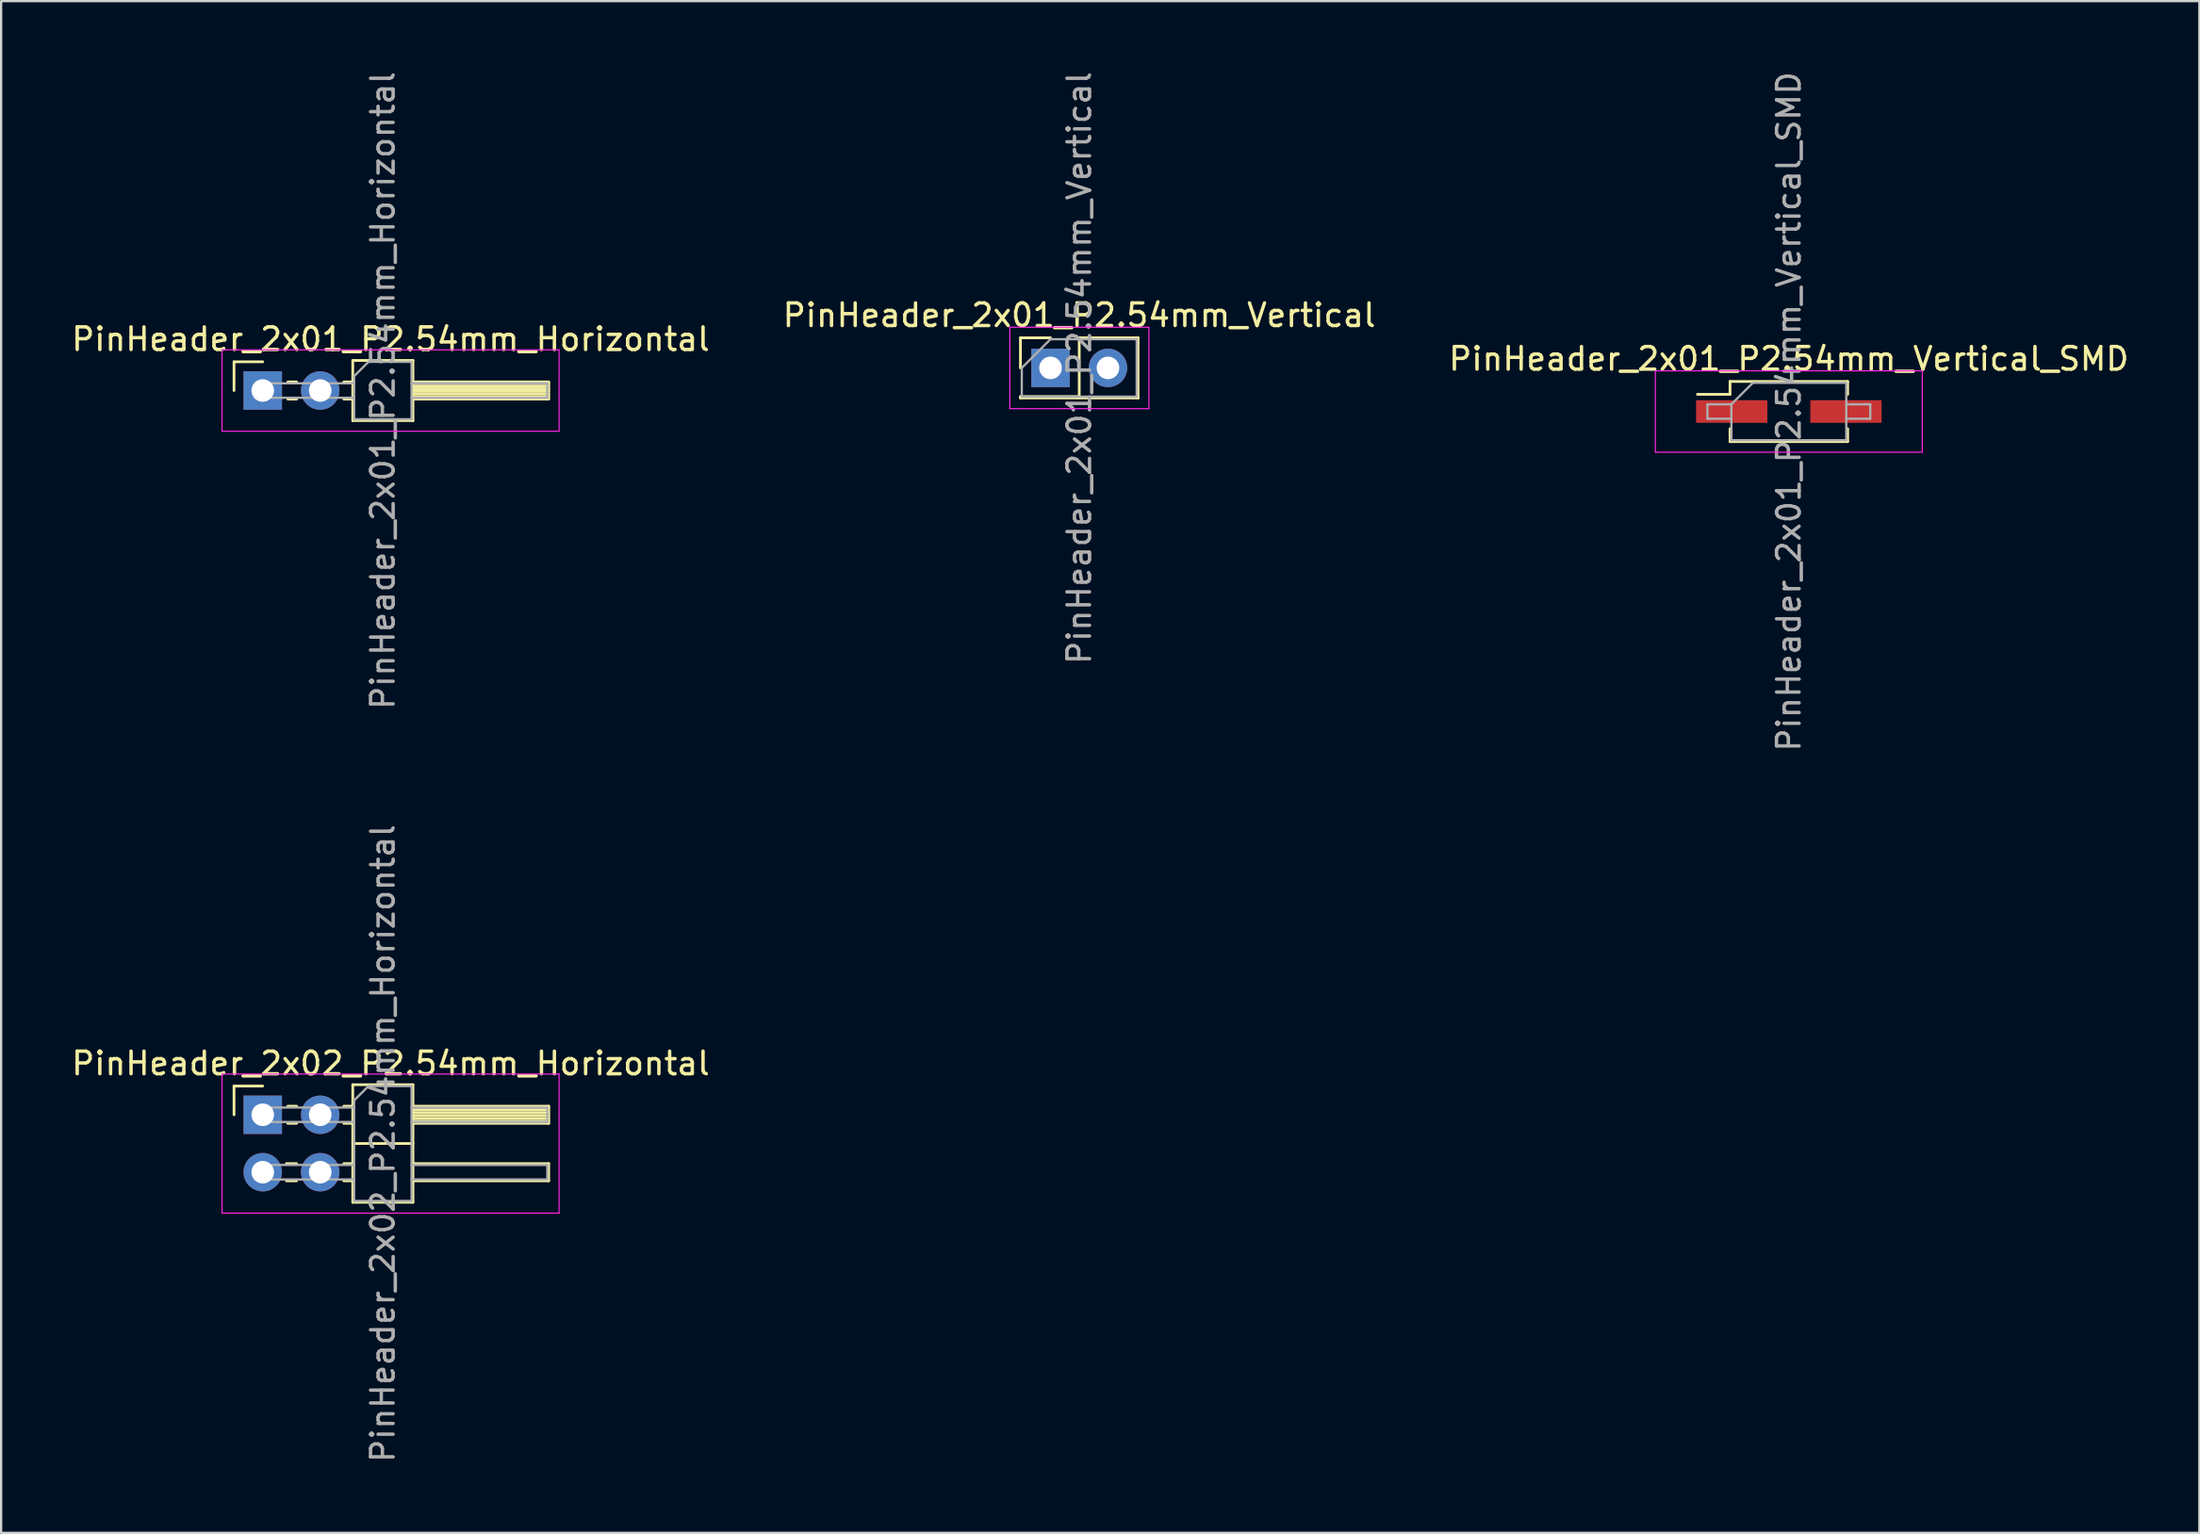
<source format=kicad_pcb>
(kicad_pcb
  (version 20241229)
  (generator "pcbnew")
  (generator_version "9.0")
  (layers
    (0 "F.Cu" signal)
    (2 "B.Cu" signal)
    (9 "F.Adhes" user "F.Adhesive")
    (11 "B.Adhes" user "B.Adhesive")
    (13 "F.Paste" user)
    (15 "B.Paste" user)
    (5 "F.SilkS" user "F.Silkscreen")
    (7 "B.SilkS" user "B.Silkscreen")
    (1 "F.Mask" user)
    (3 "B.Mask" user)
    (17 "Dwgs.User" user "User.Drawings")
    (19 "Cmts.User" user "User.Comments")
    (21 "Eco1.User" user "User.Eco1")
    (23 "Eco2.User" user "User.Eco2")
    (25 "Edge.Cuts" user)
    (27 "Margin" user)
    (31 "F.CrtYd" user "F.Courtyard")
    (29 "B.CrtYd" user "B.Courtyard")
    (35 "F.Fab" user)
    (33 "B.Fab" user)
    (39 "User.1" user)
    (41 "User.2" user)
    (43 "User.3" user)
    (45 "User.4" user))
  (footprint "PinHeader_2x01_P2.54mm_Vertical_SMD"
    (layer "F.Cu")
    (at 76.03 15.149)
    (property "Reference" "PinHeader_2x01_P2.54mm_Vertical_SMD" (at 0 -2.33 0) (layer "F.SilkS") (effects (font (size 1 1) (thickness 0.15))))
    (attr smd)
    (fp_line (start -4.04 -0.76) (end -2.6 -0.76) (stroke (width 0.12) (type solid)) (layer "F.SilkS"))
    (fp_line (start -2.6 -1.33) (end -2.6 -0.76) (stroke (width 0.12) (type solid)) (layer "F.SilkS"))
    (fp_line (start -2.6 -1.33) (end 2.6 -1.33) (stroke (width 0.12) (type solid)) (layer "F.SilkS"))
    (fp_line (start -2.6 0.76) (end -2.6 1.33) (stroke (width 0.12) (type solid)) (layer "F.SilkS"))
    (fp_line (start -2.6 1.33) (end 2.6 1.33) (stroke (width 0.12) (type solid)) (layer "F.SilkS"))
    (fp_line (start 2.6 -1.33) (end 2.6 -0.76) (stroke (width 0.12) (type solid)) (layer "F.SilkS"))
    (fp_line (start 2.6 0.76) (end 2.6 1.33) (stroke (width 0.12) (type solid)) (layer "F.SilkS"))
    (fp_line (start -5.9 -1.8) (end -5.9 1.8) (stroke (width 0.05) (type solid)) (layer "F.CrtYd"))
    (fp_line (start -5.9 1.8) (end 5.9 1.8) (stroke (width 0.05) (type solid)) (layer "F.CrtYd"))
    (fp_line (start 5.9 -1.8) (end -5.9 -1.8) (stroke (width 0.05) (type solid)) (layer "F.CrtYd"))
    (fp_line (start 5.9 1.8) (end 5.9 -1.8) (stroke (width 0.05) (type solid)) (layer "F.CrtYd"))
    (fp_line (start -3.6 -0.32) (end -3.6 0.32) (stroke (width 0.1) (type solid)) (layer "F.Fab"))
    (fp_line (start -3.6 0.32) (end -2.54 0.32) (stroke (width 0.1) (type solid)) (layer "F.Fab"))
    (fp_line (start -2.54 -0.32) (end -3.6 -0.32) (stroke (width 0.1) (type solid)) (layer "F.Fab"))
    (fp_line (start -2.54 -0.32) (end -1.59 -1.27) (stroke (width 0.1) (type solid)) (layer "F.Fab"))
    (fp_line (start -2.54 1.27) (end -2.54 -0.32) (stroke (width 0.1) (type solid)) (layer "F.Fab"))
    (fp_line (start -1.59 -1.27) (end 2.54 -1.27) (stroke (width 0.1) (type solid)) (layer "F.Fab"))
    (fp_line (start 2.54 -1.27) (end 2.54 1.27) (stroke (width 0.1) (type solid)) (layer "F.Fab"))
    (fp_line (start 2.54 -0.32) (end 3.6 -0.32) (stroke (width 0.1) (type solid)) (layer "F.Fab"))
    (fp_line (start 2.54 1.27) (end -2.54 1.27) (stroke (width 0.1) (type solid)) (layer "F.Fab"))
    (fp_line (start 3.6 -0.32) (end 3.6 0.32) (stroke (width 0.1) (type solid)) (layer "F.Fab"))
    (fp_line (start 3.6 0.32) (end 2.54 0.32) (stroke (width 0.1) (type solid)) (layer "F.Fab"))
    (fp_text user "${REFERENCE}" (at 0 0 90) (layer "F.Fab") (effects (font (size 1 1) (thickness 0.15))))
    (pad "1" smd rect (at -2.525 0) (size 3.15 1) (layers "F.Cu" "F.Mask" "F.Paste"))
    (pad "2" smd rect (at 2.525 0) (size 3.15 1) (layers "F.Cu" "F.Mask" "F.Paste")))
  (footprint "PinHeader_2x01_P2.54mm_Horizontal"
    (layer "F.Cu")
    (at 8.565 14.22)
    (property "Reference" "PinHeader_2x01_P2.54mm_Horizontal" (at 5.655 -2.27 0) (layer "F.SilkS") (effects (font (size 1 1) (thickness 0.15))))
    (attr through_hole)
    (fp_line (start -1.27 -1.27) (end 0 -1.27) (stroke (width 0.12) (type solid)) (layer "F.SilkS"))
    (fp_line (start -1.27 0) (end -1.27 -1.27) (stroke (width 0.12) (type solid)) (layer "F.SilkS"))
    (fp_line (start 1.11 -0.38) (end 1.497 -0.38) (stroke (width 0.12) (type solid)) (layer "F.SilkS"))
    (fp_line (start 1.11 0.38) (end 1.497 0.38) (stroke (width 0.12) (type solid)) (layer "F.SilkS"))
    (fp_line (start 3.583 -0.38) (end 3.98 -0.38) (stroke (width 0.12) (type solid)) (layer "F.SilkS"))
    (fp_line (start 3.583 0.38) (end 3.98 0.38) (stroke (width 0.12) (type solid)) (layer "F.SilkS"))
    (fp_line (start 3.98 -1.33) (end 3.98 1.33) (stroke (width 0.12) (type solid)) (layer "F.SilkS"))
    (fp_line (start 3.98 1.33) (end 6.64 1.33) (stroke (width 0.12) (type solid)) (layer "F.SilkS"))
    (fp_line (start 6.64 -1.33) (end 3.98 -1.33) (stroke (width 0.12) (type solid)) (layer "F.SilkS"))
    (fp_line (start 6.64 -0.38) (end 12.64 -0.38) (stroke (width 0.12) (type solid)) (layer "F.SilkS"))
    (fp_line (start 6.64 -0.32) (end 12.64 -0.32) (stroke (width 0.12) (type solid)) (layer "F.SilkS"))
    (fp_line (start 6.64 -0.2) (end 12.64 -0.2) (stroke (width 0.12) (type solid)) (layer "F.SilkS"))
    (fp_line (start 6.64 -0.08) (end 12.64 -0.08) (stroke (width 0.12) (type solid)) (layer "F.SilkS"))
    (fp_line (start 6.64 0.04) (end 12.64 0.04) (stroke (width 0.12) (type solid)) (layer "F.SilkS"))
    (fp_line (start 6.64 0.16) (end 12.64 0.16) (stroke (width 0.12) (type solid)) (layer "F.SilkS"))
    (fp_line (start 6.64 0.28) (end 12.64 0.28) (stroke (width 0.12) (type solid)) (layer "F.SilkS"))
    (fp_line (start 6.64 1.33) (end 6.64 -1.33) (stroke (width 0.12) (type solid)) (layer "F.SilkS"))
    (fp_line (start 12.64 -0.38) (end 12.64 0.38) (stroke (width 0.12) (type solid)) (layer "F.SilkS"))
    (fp_line (start 12.64 0.38) (end 6.64 0.38) (stroke (width 0.12) (type solid)) (layer "F.SilkS"))
    (fp_line (start -1.8 -1.8) (end -1.8 1.8) (stroke (width 0.05) (type solid)) (layer "F.CrtYd"))
    (fp_line (start -1.8 1.8) (end 13.1 1.8) (stroke (width 0.05) (type solid)) (layer "F.CrtYd"))
    (fp_line (start 13.1 -1.8) (end -1.8 -1.8) (stroke (width 0.05) (type solid)) (layer "F.CrtYd"))
    (fp_line (start 13.1 1.8) (end 13.1 -1.8) (stroke (width 0.05) (type solid)) (layer "F.CrtYd"))
    (fp_line (start -0.32 -0.32) (end -0.32 0.32) (stroke (width 0.1) (type solid)) (layer "F.Fab"))
    (fp_line (start -0.32 -0.32) (end 4.04 -0.32) (stroke (width 0.1) (type solid)) (layer "F.Fab"))
    (fp_line (start -0.32 0.32) (end 4.04 0.32) (stroke (width 0.1) (type solid)) (layer "F.Fab"))
    (fp_line (start 4.04 -0.635) (end 4.675 -1.27) (stroke (width 0.1) (type solid)) (layer "F.Fab"))
    (fp_line (start 4.04 1.27) (end 4.04 -0.635) (stroke (width 0.1) (type solid)) (layer "F.Fab"))
    (fp_line (start 4.675 -1.27) (end 6.58 -1.27) (stroke (width 0.1) (type solid)) (layer "F.Fab"))
    (fp_line (start 6.58 -1.27) (end 6.58 1.27) (stroke (width 0.1) (type solid)) (layer "F.Fab"))
    (fp_line (start 6.58 -0.32) (end 12.58 -0.32) (stroke (width 0.1) (type solid)) (layer "F.Fab"))
    (fp_line (start 6.58 0.32) (end 12.58 0.32) (stroke (width 0.1) (type solid)) (layer "F.Fab"))
    (fp_line (start 6.58 1.27) (end 4.04 1.27) (stroke (width 0.1) (type solid)) (layer "F.Fab"))
    (fp_line (start 12.58 -0.32) (end 12.58 0.32) (stroke (width 0.1) (type solid)) (layer "F.Fab"))
    (fp_text user "${REFERENCE}" (at 5.31 0 90) (layer "F.Fab") (effects (font (size 1 1) (thickness 0.15))))
    (pad "1" thru_hole rect (at 0 0) (size 1.7 1.7) (drill 1) (layers "*.Cu" "*.Mask"))
    (pad "2" thru_hole oval (at 2.54 0) (size 1.7 1.7) (drill 1) (layers "*.Cu" "*.Mask")))
  (footprint "PinHeader_2x01_P2.54mm_Vertical"
    (layer "F.Cu")
    (at 43.391 13.22)
    (property "Reference" "PinHeader_2x01_P2.54mm_Vertical" (at 1.27 -2.33 0) (layer "F.SilkS") (effects (font (size 1 1) (thickness 0.15))))
    (attr through_hole)
    (fp_line (start -1.33 -1.33) (end 0 -1.33) (stroke (width 0.12) (type solid)) (layer "F.SilkS"))
    (fp_line (start -1.33 0) (end -1.33 -1.33) (stroke (width 0.12) (type solid)) (layer "F.SilkS"))
    (fp_line (start -1.33 1.27) (end -1.33 1.33) (stroke (width 0.12) (type solid)) (layer "F.SilkS"))
    (fp_line (start -1.33 1.27) (end 1.27 1.27) (stroke (width 0.12) (type solid)) (layer "F.SilkS"))
    (fp_line (start -1.33 1.33) (end 3.87 1.33) (stroke (width 0.12) (type solid)) (layer "F.SilkS"))
    (fp_line (start 1.27 -1.33) (end 3.87 -1.33) (stroke (width 0.12) (type solid)) (layer "F.SilkS"))
    (fp_line (start 1.27 1.27) (end 1.27 -1.33) (stroke (width 0.12) (type solid)) (layer "F.SilkS"))
    (fp_line (start 3.87 -1.33) (end 3.87 1.33) (stroke (width 0.12) (type solid)) (layer "F.SilkS"))
    (fp_line (start -1.8 -1.8) (end -1.8 1.8) (stroke (width 0.05) (type solid)) (layer "F.CrtYd"))
    (fp_line (start -1.8 1.8) (end 4.35 1.8) (stroke (width 0.05) (type solid)) (layer "F.CrtYd"))
    (fp_line (start 4.35 -1.8) (end -1.8 -1.8) (stroke (width 0.05) (type solid)) (layer "F.CrtYd"))
    (fp_line (start 4.35 1.8) (end 4.35 -1.8) (stroke (width 0.05) (type solid)) (layer "F.CrtYd"))
    (fp_line (start -1.27 0) (end 0 -1.27) (stroke (width 0.1) (type solid)) (layer "F.Fab"))
    (fp_line (start -1.27 1.27) (end -1.27 0) (stroke (width 0.1) (type solid)) (layer "F.Fab"))
    (fp_line (start 0 -1.27) (end 3.81 -1.27) (stroke (width 0.1) (type solid)) (layer "F.Fab"))
    (fp_line (start 3.81 -1.27) (end 3.81 1.27) (stroke (width 0.1) (type solid)) (layer "F.Fab"))
    (fp_line (start 3.81 1.27) (end -1.27 1.27) (stroke (width 0.1) (type solid)) (layer "F.Fab"))
    (fp_text user "${REFERENCE}" (at 1.27 0 90) (layer "F.Fab") (effects (font (size 1 1) (thickness 0.15))))
    (pad "1" thru_hole rect (at 0 0) (size 1.7 1.7) (drill 1) (layers "*.Cu" "*.Mask"))
    (pad "2" thru_hole oval (at 2.54 0) (size 1.7 1.7) (drill 1) (layers "*.Cu" "*.Mask")))
  (footprint "PinHeader_2x02_P2.54mm_Horizontal"
    (layer "F.Cu")
    (at 8.565 46.248)
    (property "Reference" "PinHeader_2x02_P2.54mm_Horizontal" (at 5.655 -2.27 0) (layer "F.SilkS") (effects (font (size 1 1) (thickness 0.15))))
    (attr through_hole)
    (fp_line (start -1.27 -1.27) (end 0 -1.27) (stroke (width 0.12) (type solid)) (layer "F.SilkS"))
    (fp_line (start -1.27 0) (end -1.27 -1.27) (stroke (width 0.12) (type solid)) (layer "F.SilkS"))
    (fp_line (start 1.043 2.16) (end 1.497 2.16) (stroke (width 0.12) (type solid)) (layer "F.SilkS"))
    (fp_line (start 1.043 2.92) (end 1.497 2.92) (stroke (width 0.12) (type solid)) (layer "F.SilkS"))
    (fp_line (start 1.11 -0.38) (end 1.497 -0.38) (stroke (width 0.12) (type solid)) (layer "F.SilkS"))
    (fp_line (start 1.11 0.38) (end 1.497 0.38) (stroke (width 0.12) (type solid)) (layer "F.SilkS"))
    (fp_line (start 3.583 -0.38) (end 3.98 -0.38) (stroke (width 0.12) (type solid)) (layer "F.SilkS"))
    (fp_line (start 3.583 0.38) (end 3.98 0.38) (stroke (width 0.12) (type solid)) (layer "F.SilkS"))
    (fp_line (start 3.583 2.16) (end 3.98 2.16) (stroke (width 0.12) (type solid)) (layer "F.SilkS"))
    (fp_line (start 3.583 2.92) (end 3.98 2.92) (stroke (width 0.12) (type solid)) (layer "F.SilkS"))
    (fp_line (start 3.98 -1.33) (end 3.98 3.87) (stroke (width 0.12) (type solid)) (layer "F.SilkS"))
    (fp_line (start 3.98 1.27) (end 6.64 1.27) (stroke (width 0.12) (type solid)) (layer "F.SilkS"))
    (fp_line (start 3.98 3.87) (end 6.64 3.87) (stroke (width 0.12) (type solid)) (layer "F.SilkS"))
    (fp_line (start 6.64 -1.33) (end 3.98 -1.33) (stroke (width 0.12) (type solid)) (layer "F.SilkS"))
    (fp_line (start 6.64 -0.38) (end 12.64 -0.38) (stroke (width 0.12) (type solid)) (layer "F.SilkS"))
    (fp_line (start 6.64 -0.32) (end 12.64 -0.32) (stroke (width 0.12) (type solid)) (layer "F.SilkS"))
    (fp_line (start 6.64 -0.2) (end 12.64 -0.2) (stroke (width 0.12) (type solid)) (layer "F.SilkS"))
    (fp_line (start 6.64 -0.08) (end 12.64 -0.08) (stroke (width 0.12) (type solid)) (layer "F.SilkS"))
    (fp_line (start 6.64 0.04) (end 12.64 0.04) (stroke (width 0.12) (type solid)) (layer "F.SilkS"))
    (fp_line (start 6.64 0.16) (end 12.64 0.16) (stroke (width 0.12) (type solid)) (layer "F.SilkS"))
    (fp_line (start 6.64 0.28) (end 12.64 0.28) (stroke (width 0.12) (type solid)) (layer "F.SilkS"))
    (fp_line (start 6.64 2.16) (end 12.64 2.16) (stroke (width 0.12) (type solid)) (layer "F.SilkS"))
    (fp_line (start 6.64 3.87) (end 6.64 -1.33) (stroke (width 0.12) (type solid)) (layer "F.SilkS"))
    (fp_line (start 12.64 -0.38) (end 12.64 0.38) (stroke (width 0.12) (type solid)) (layer "F.SilkS"))
    (fp_line (start 12.64 0.38) (end 6.64 0.38) (stroke (width 0.12) (type solid)) (layer "F.SilkS"))
    (fp_line (start 12.64 2.16) (end 12.64 2.92) (stroke (width 0.12) (type solid)) (layer "F.SilkS"))
    (fp_line (start 12.64 2.92) (end 6.64 2.92) (stroke (width 0.12) (type solid)) (layer "F.SilkS"))
    (fp_line (start -1.8 -1.8) (end -1.8 4.35) (stroke (width 0.05) (type solid)) (layer "F.CrtYd"))
    (fp_line (start -1.8 4.35) (end 13.1 4.35) (stroke (width 0.05) (type solid)) (layer "F.CrtYd"))
    (fp_line (start 13.1 -1.8) (end -1.8 -1.8) (stroke (width 0.05) (type solid)) (layer "F.CrtYd"))
    (fp_line (start 13.1 4.35) (end 13.1 -1.8) (stroke (width 0.05) (type solid)) (layer "F.CrtYd"))
    (fp_line (start -0.32 -0.32) (end -0.32 0.32) (stroke (width 0.1) (type solid)) (layer "F.Fab"))
    (fp_line (start -0.32 -0.32) (end 4.04 -0.32) (stroke (width 0.1) (type solid)) (layer "F.Fab"))
    (fp_line (start -0.32 0.32) (end 4.04 0.32) (stroke (width 0.1) (type solid)) (layer "F.Fab"))
    (fp_line (start -0.32 2.22) (end -0.32 2.86) (stroke (width 0.1) (type solid)) (layer "F.Fab"))
    (fp_line (start -0.32 2.22) (end 4.04 2.22) (stroke (width 0.1) (type solid)) (layer "F.Fab"))
    (fp_line (start -0.32 2.86) (end 4.04 2.86) (stroke (width 0.1) (type solid)) (layer "F.Fab"))
    (fp_line (start 4.04 -0.635) (end 4.675 -1.27) (stroke (width 0.1) (type solid)) (layer "F.Fab"))
    (fp_line (start 4.04 3.81) (end 4.04 -0.635) (stroke (width 0.1) (type solid)) (layer "F.Fab"))
    (fp_line (start 4.675 -1.27) (end 6.58 -1.27) (stroke (width 0.1) (type solid)) (layer "F.Fab"))
    (fp_line (start 6.58 -1.27) (end 6.58 3.81) (stroke (width 0.1) (type solid)) (layer "F.Fab"))
    (fp_line (start 6.58 -0.32) (end 12.58 -0.32) (stroke (width 0.1) (type solid)) (layer "F.Fab"))
    (fp_line (start 6.58 0.32) (end 12.58 0.32) (stroke (width 0.1) (type solid)) (layer "F.Fab"))
    (fp_line (start 6.58 2.22) (end 12.58 2.22) (stroke (width 0.1) (type solid)) (layer "F.Fab"))
    (fp_line (start 6.58 2.86) (end 12.58 2.86) (stroke (width 0.1) (type solid)) (layer "F.Fab"))
    (fp_line (start 6.58 3.81) (end 4.04 3.81) (stroke (width 0.1) (type solid)) (layer "F.Fab"))
    (fp_line (start 12.58 -0.32) (end 12.58 0.32) (stroke (width 0.1) (type solid)) (layer "F.Fab"))
    (fp_line (start 12.58 2.22) (end 12.58 2.86) (stroke (width 0.1) (type solid)) (layer "F.Fab"))
    (fp_text user "${REFERENCE}" (at 5.31 1.27 90) (layer "F.Fab") (effects (font (size 1 1) (thickness 0.15))))
    (pad "1" thru_hole rect (at 0 0) (size 1.7 1.7) (drill 1) (layers "*.Cu" "*.Mask"))
    (pad "2" thru_hole oval (at 2.54 0) (size 1.7 1.7) (drill 1) (layers "*.Cu" "*.Mask"))
    (pad "3" thru_hole oval (at 0 2.54) (size 1.7 1.7) (drill 1) (layers "*.Cu" "*.Mask"))
    (pad "4" thru_hole oval (at 2.54 2.54) (size 1.7 1.7) (drill 1) (layers "*.Cu" "*.Mask")))
  (gr_rect
    (start -3 -3)
    (end 94.179 64.738)
    (stroke (width 0.1) (type default))
    (fill no)
    (layer "Edge.Cuts")))
</source>
